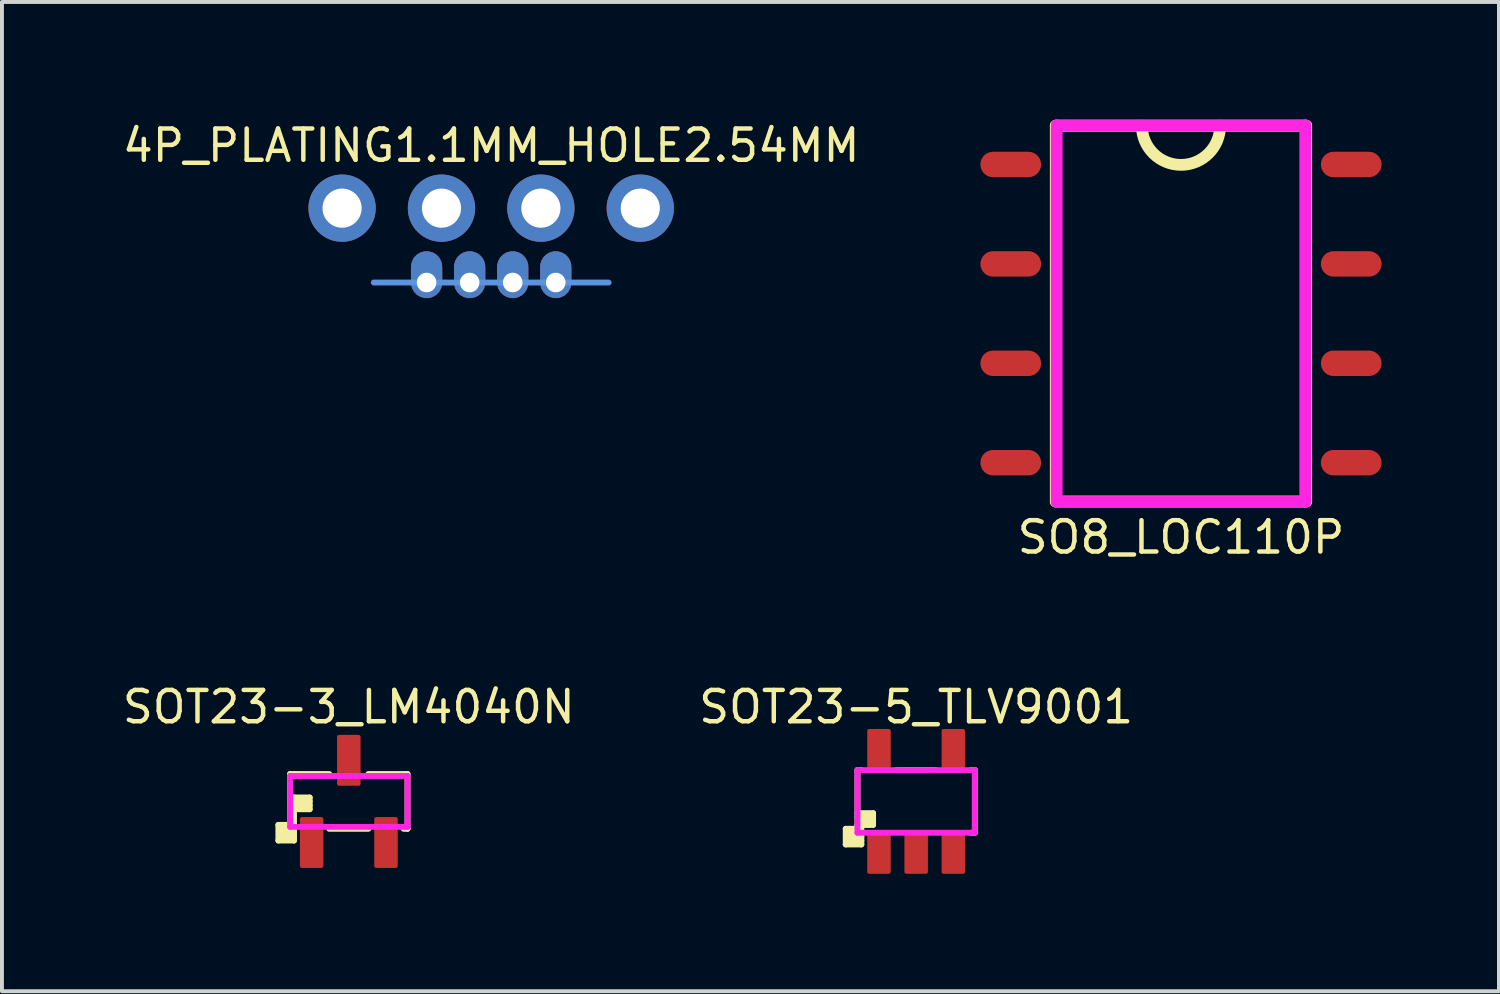
<source format=kicad_pcb>
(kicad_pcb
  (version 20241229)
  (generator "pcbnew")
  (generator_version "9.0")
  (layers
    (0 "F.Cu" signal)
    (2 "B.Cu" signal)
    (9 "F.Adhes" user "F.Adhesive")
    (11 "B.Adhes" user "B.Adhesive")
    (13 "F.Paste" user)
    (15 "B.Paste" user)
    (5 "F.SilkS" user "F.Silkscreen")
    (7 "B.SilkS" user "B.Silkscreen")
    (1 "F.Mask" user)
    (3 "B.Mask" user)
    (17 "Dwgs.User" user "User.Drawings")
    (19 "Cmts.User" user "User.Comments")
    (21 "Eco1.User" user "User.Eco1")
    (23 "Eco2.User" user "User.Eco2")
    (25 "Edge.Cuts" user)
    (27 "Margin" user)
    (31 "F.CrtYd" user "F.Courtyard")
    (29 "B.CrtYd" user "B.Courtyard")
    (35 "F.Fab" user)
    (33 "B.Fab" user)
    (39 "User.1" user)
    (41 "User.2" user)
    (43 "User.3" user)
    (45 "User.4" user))
  (footprint "SO8_LOC110P"
    (layer "F.Cu")
    (at 27.127 4.963)
    (property "Reference" "SO8_LOC110P" (at 0 5.715 0) (layer "F.SilkS") (effects (font (size 0.8 0.8) (thickness 0.114))))
    (attr through_hole)
    (fp_line (start -3.2 -4.8) (end -3.2 4.8) (stroke (width 0.3) (type solid)) (layer "F.SilkS"))
    (fp_line (start -3.2 4.8) (end 3.2 4.8) (stroke (width 0.3) (type solid)) (layer "F.SilkS"))
    (fp_line (start 3.2 -4.8) (end -3.2 -4.8) (stroke (width 0.3) (type solid)) (layer "F.SilkS"))
    (fp_line (start 3.2 4.8) (end 3.2 -4.8) (stroke (width 0.3) (type solid)) (layer "F.SilkS"))
    (fp_arc (start 1 -4.8) (mid 0 -3.8) (end -1 -4.8) (stroke (width 0.3) (type solid)) (layer "F.SilkS"))
    (fp_line (start -3.175 -4.812) (end -3.175 4.812) (stroke (width 0.3) (type solid)) (layer "F.CrtYd"))
    (fp_line (start -3.175 -4.812) (end 3.175 -4.812) (stroke (width 0.3) (type solid)) (layer "F.CrtYd"))
    (fp_line (start 3.175 -4.812) (end 3.175 4.812) (stroke (width 0.3) (type solid)) (layer "F.CrtYd"))
    (fp_line (start 3.175 4.812) (end -3.175 4.812) (stroke (width 0.3) (type solid)) (layer "F.CrtYd"))
    (pad "1" smd oval (at -4.35 -3.81) (size 1.55 0.65) (layers "F.Cu" "F.Mask" "F.Paste"))
    (pad "2" smd oval (at -4.35 -1.27) (size 1.55 0.65) (layers "F.Cu" "F.Mask" "F.Paste"))
    (pad "3" smd oval (at -4.35 1.27) (size 1.55 0.65) (layers "F.Cu" "F.Mask" "F.Paste"))
    (pad "4" smd oval (at -4.35 3.81) (size 1.55 0.65) (layers "F.Cu" "F.Mask" "F.Paste"))
    (pad "5" smd oval (at 4.35 3.81) (size 1.55 0.65) (layers "F.Cu" "F.Mask" "F.Paste"))
    (pad "6" smd oval (at 4.35 1.27) (size 1.55 0.65) (layers "F.Cu" "F.Mask" "F.Paste"))
    (pad "7" smd oval (at 4.35 -1.27) (size 1.55 0.65) (layers "F.Cu" "F.Mask" "F.Paste"))
    (pad "8" smd oval (at 4.35 -3.81) (size 1.55 0.65) (layers "F.Cu" "F.Mask" "F.Paste")))
  (footprint "SOT23-3_LM4040N"
    (layer "F.Cu")
    (at 5.863 17.428)
    (property "Reference" "SOT23-3_LM4040N" (at 0 -2.413 0) (layer "F.SilkS") (effects (font (size 0.8 0.8) (thickness 0.114))))
    (attr smd)
    (fp_line (start -1.8 0.6) (end -1.4 0.6) (stroke (width 0.15) (type solid)) (layer "F.SilkS"))
    (fp_line (start -1.8 1) (end -1.8 0.6) (stroke (width 0.15) (type solid)) (layer "F.SilkS"))
    (fp_line (start -1.7 0.9) (end -1.7 0.6) (stroke (width 0.15) (type solid)) (layer "F.SilkS"))
    (fp_line (start -1.6 0.8) (end -1.6 0.6) (stroke (width 0.15) (type solid)) (layer "F.SilkS"))
    (fp_line (start -1.5 -0.7) (end -0.5 -0.7) (stroke (width 0.15) (type solid)) (layer "F.SilkS"))
    (fp_line (start -1.5 0) (end -1 0) (stroke (width 0.15) (type solid)) (layer "F.SilkS"))
    (fp_line (start -1.5 0.7) (end -1.4 0.7) (stroke (width 0.15) (type solid)) (layer "F.SilkS"))
    (fp_line (start -1.5 0.8) (end -1.5 -0.7) (stroke (width 0.15) (type solid)) (layer "F.SilkS"))
    (fp_line (start -1.4 -0.1) (end -1.5 -0.1) (stroke (width 0.15) (type solid)) (layer "F.SilkS"))
    (fp_line (start -1.4 0.2) (end -1 0.2) (stroke (width 0.15) (type solid)) (layer "F.SilkS"))
    (fp_line (start -1.4 0.6) (end -1.4 0.2) (stroke (width 0.15) (type solid)) (layer "F.SilkS"))
    (fp_line (start -1.4 0.8) (end -1.6 0.8) (stroke (width 0.15) (type solid)) (layer "F.SilkS"))
    (fp_line (start -1.4 0.9) (end -1.7 0.9) (stroke (width 0.15) (type solid)) (layer "F.SilkS"))
    (fp_line (start -1.4 1) (end -1.8 1) (stroke (width 0.15) (type solid)) (layer "F.SilkS"))
    (fp_line (start -1.4 1) (end -1.4 0.6) (stroke (width 0.15) (type solid)) (layer "F.SilkS"))
    (fp_line (start -1 -0.1) (end -1.4 -0.1) (stroke (width 0.15) (type solid)) (layer "F.SilkS"))
    (fp_line (start -1 0.1) (end -1.5 0.1) (stroke (width 0.15) (type solid)) (layer "F.SilkS"))
    (fp_line (start -1 0.2) (end -1 -0.1) (stroke (width 0.15) (type solid)) (layer "F.SilkS"))
    (fp_line (start -0.5 0.7) (end 0.5 0.7) (stroke (width 0.15) (type solid)) (layer "F.SilkS"))
    (fp_line (start 1.5 -0.7) (end 0.5 -0.7) (stroke (width 0.15) (type solid)) (layer "F.SilkS"))
    (fp_line (start 1.5 -0.7) (end 1.5 0.7) (stroke (width 0.15) (type solid)) (layer "F.SilkS"))
    (fp_line (start 1.5 0.7) (end 1.4 0.7) (stroke (width 0.15) (type solid)) (layer "F.SilkS"))
    (fp_line (start -1.5 -0.65) (end -1.5 0.65) (stroke (width 0.15) (type solid)) (layer "F.CrtYd"))
    (fp_line (start -1.5 -0.65) (end 1.5 -0.65) (stroke (width 0.15) (type solid)) (layer "F.CrtYd"))
    (fp_line (start 1.5 0.65) (end -1.5 0.65) (stroke (width 0.15) (type solid)) (layer "F.CrtYd"))
    (fp_line (start 1.5 0.65) (end 1.5 -0.65) (stroke (width 0.15) (type solid)) (layer "F.CrtYd"))
    (pad "1" smd roundrect (at -0.95 1.05) (size 0.6 1.3) (layers "F.Cu" "F.Mask" "F.Paste") (roundrect_rratio 0.083))
    (pad "2" smd roundrect (at 0.95 1.05) (size 0.6 1.3) (layers "F.Cu" "F.Mask" "F.Paste") (roundrect_rratio 0.083))
    (pad "3" smd roundrect (at 0 -1.05) (size 0.6 1.3) (layers "F.Cu" "F.Mask" "F.Paste") (roundrect_rratio 0.083)))
  (footprint "4P_PLATING1.1MM_HOLE2.54MM"
    (layer "F.Cu")
    (at 9.501 4.169)
    (property "Reference" "4P_PLATING1.1MM_HOLE2.54MM" (at 0 -3.5 0) (layer "F.SilkS") (effects (font (size 0.8 0.8) (thickness 0.114))))
    (attr through_hole)
    (fp_line (start -3 0) (end 3 0) (stroke (width 0.15) (type solid)) (layer "Cmts.User"))
    (pad "1" thru_hole circle (at -3.81 -1.9) (size 1.72 1.72) (drill 1) (layers "*.Cu" "*.Mask"))
    (pad "1" thru_hole custom (at -1.65 0) (size 0.8 0.8) (drill 0.5) (layers "*.Cu" "*.Mask") (options (anchor circle)) (primitives (gr_poly (pts (xy -0.4 0) (xy -0.4 -0.4) (xy 0.4 -0.4) (xy 0.4 0)) (width 0) (fill yes)) (gr_circle (center 0 -0.4) (end 0.2 -0.4) (width 0.4) (fill no))))
    (pad "2" thru_hole circle (at -1.27 -1.9) (size 1.72 1.72) (drill 1) (layers "*.Cu" "*.Mask"))
    (pad "2" thru_hole custom (at -0.55 0) (size 0.8 0.8) (drill 0.5) (layers "*.Cu" "*.Mask") (options (anchor circle)) (primitives (gr_poly (pts (xy -0.4 0) (xy -0.4 -0.4) (xy 0.4 -0.4) (xy 0.4 0)) (width 0) (fill yes)) (gr_circle (center 0 -0.4) (end 0.2 -0.4) (width 0.4) (fill no))))
    (pad "3" thru_hole custom (at 0.55 0) (size 0.8 0.8) (drill 0.5) (layers "*.Cu" "*.Mask") (options (anchor circle)) (primitives (gr_circle (center 0 -0.4) (end 0.2 -0.4) (width 0.4) (fill no)) (gr_poly (pts (xy -0.4 0) (xy -0.4 -0.4) (xy 0.4 -0.4) (xy 0.4 0)) (width 0) (fill yes))))
    (pad "3" thru_hole circle (at 1.27 -1.9) (size 1.72 1.72) (drill 1) (layers "*.Cu" "*.Mask"))
    (pad "4" thru_hole custom (at 1.65 0) (size 0.8 0.8) (drill 0.5) (layers "*.Cu" "*.Mask") (options (anchor circle)) (primitives (gr_circle (center 0 -0.4) (end 0.2 -0.4) (width 0.4) (fill no)) (gr_poly (pts (xy -0.4 0) (xy -0.4 -0.4) (xy 0.4 -0.4) (xy 0.4 0)) (width 0) (fill yes))))
    (pad "4" thru_hole circle (at 3.81 -1.9) (size 1.72 1.72) (drill 1) (layers "*.Cu" "*.Mask")))
  (footprint "SOT23-5_TLV9001"
    (layer "F.Cu")
    (at 20.36 17.428)
    (property "Reference" "SOT23-5_TLV9001" (at 0 -2.413 0) (layer "F.SilkS") (effects (font (size 0.8 0.8) (thickness 0.114))))
    (attr smd)
    (fp_line (start -1.8 0.7) (end -1.5 0.7) (stroke (width 0.15) (type solid)) (layer "F.SilkS"))
    (fp_line (start -1.8 1.1) (end -1.8 0.7) (stroke (width 0.15) (type solid)) (layer "F.SilkS"))
    (fp_line (start -1.7 1) (end -1.7 0.7) (stroke (width 0.15) (type solid)) (layer "F.SilkS"))
    (fp_line (start -1.6 0.9) (end -1.6 0.7) (stroke (width 0.15) (type solid)) (layer "F.SilkS"))
    (fp_line (start -1.5 -0.8) (end -1.4 -0.8) (stroke (width 0.15) (type solid)) (layer "F.SilkS"))
    (fp_line (start -1.5 0.3) (end -1.1 0.3) (stroke (width 0.15) (type solid)) (layer "F.SilkS"))
    (fp_line (start -1.5 0.4) (end -1.2 0.4) (stroke (width 0.15) (type solid)) (layer "F.SilkS"))
    (fp_line (start -1.5 0.8) (end -1.5 -0.8) (stroke (width 0.15) (type solid)) (layer "F.SilkS"))
    (fp_line (start -1.5 0.8) (end -1.4 0.8) (stroke (width 0.15) (type solid)) (layer "F.SilkS"))
    (fp_line (start -1.4 0.4) (end -1.4 0.8) (stroke (width 0.15) (type solid)) (layer "F.SilkS"))
    (fp_line (start -1.4 0.5) (end -1.3 0.5) (stroke (width 0.15) (type solid)) (layer "F.SilkS"))
    (fp_line (start -1.4 0.9) (end -1.6 0.9) (stroke (width 0.15) (type solid)) (layer "F.SilkS"))
    (fp_line (start -1.4 1) (end -1.7 1) (stroke (width 0.15) (type solid)) (layer "F.SilkS"))
    (fp_line (start -1.4 1.1) (end -1.8 1.1) (stroke (width 0.15) (type solid)) (layer "F.SilkS"))
    (fp_line (start -1.4 1.1) (end -1.4 0.8) (stroke (width 0.15) (type solid)) (layer "F.SilkS"))
    (fp_line (start -1.2 0.4) (end -1.2 0.6) (stroke (width 0.15) (type solid)) (layer "F.SilkS"))
    (fp_line (start -1.2 0.6) (end -1.5 0.6) (stroke (width 0.15) (type solid)) (layer "F.SilkS"))
    (fp_line (start -1.1 0.3) (end -1.1 0.6) (stroke (width 0.15) (type solid)) (layer "F.SilkS"))
    (fp_line (start -1.1 0.6) (end -1.3 0.6) (stroke (width 0.15) (type solid)) (layer "F.SilkS"))
    (fp_line (start -0.5 -0.8) (end 0.5 -0.8) (stroke (width 0.15) (type solid)) (layer "F.SilkS"))
    (fp_line (start 1.5 -0.8) (end 1.4 -0.8) (stroke (width 0.15) (type solid)) (layer "F.SilkS"))
    (fp_line (start 1.5 -0.8) (end 1.5 0.8) (stroke (width 0.15) (type solid)) (layer "F.SilkS"))
    (fp_line (start 1.5 0.8) (end 1.4 0.8) (stroke (width 0.15) (type solid)) (layer "F.SilkS"))
    (fp_line (start -1.5 -0.8) (end 1.5 -0.8) (stroke (width 0.15) (type solid)) (layer "F.CrtYd"))
    (fp_line (start -1.5 0.8) (end -1.5 -0.8) (stroke (width 0.15) (type solid)) (layer "F.CrtYd"))
    (fp_line (start 1.5 -0.8) (end 1.5 0.8) (stroke (width 0.15) (type solid)) (layer "F.CrtYd"))
    (fp_line (start 1.5 0.8) (end -1.5 0.8) (stroke (width 0.15) (type solid)) (layer "F.CrtYd"))
    (pad "1" smd roundrect (at -0.95 1.3) (size 0.6 1.1) (layers "F.Cu" "F.Mask" "F.Paste") (roundrect_rratio 0.083))
    (pad "2" smd roundrect (at 0 1.3) (size 0.6 1.1) (layers "F.Cu" "F.Mask" "F.Paste") (roundrect_rratio 0.083))
    (pad "3" smd roundrect (at 0.95 1.3) (size 0.6 1.1) (layers "F.Cu" "F.Mask" "F.Paste") (roundrect_rratio 0.083))
    (pad "4" smd roundrect (at 0.95 -1.3) (size 0.6 1.1) (layers "F.Cu" "F.Mask" "F.Paste") (roundrect_rratio 0.083))
    (pad "5" smd roundrect (at -0.95 -1.3) (size 0.6 1.1) (layers "F.Cu" "F.Mask" "F.Paste") (roundrect_rratio 0.083)))
  (gr_rect
    (start -3 -3)
    (end 35.252 22.278)
    (stroke (width 0.1) (type default))
    (fill no)
    (layer "Edge.Cuts")))
</source>
